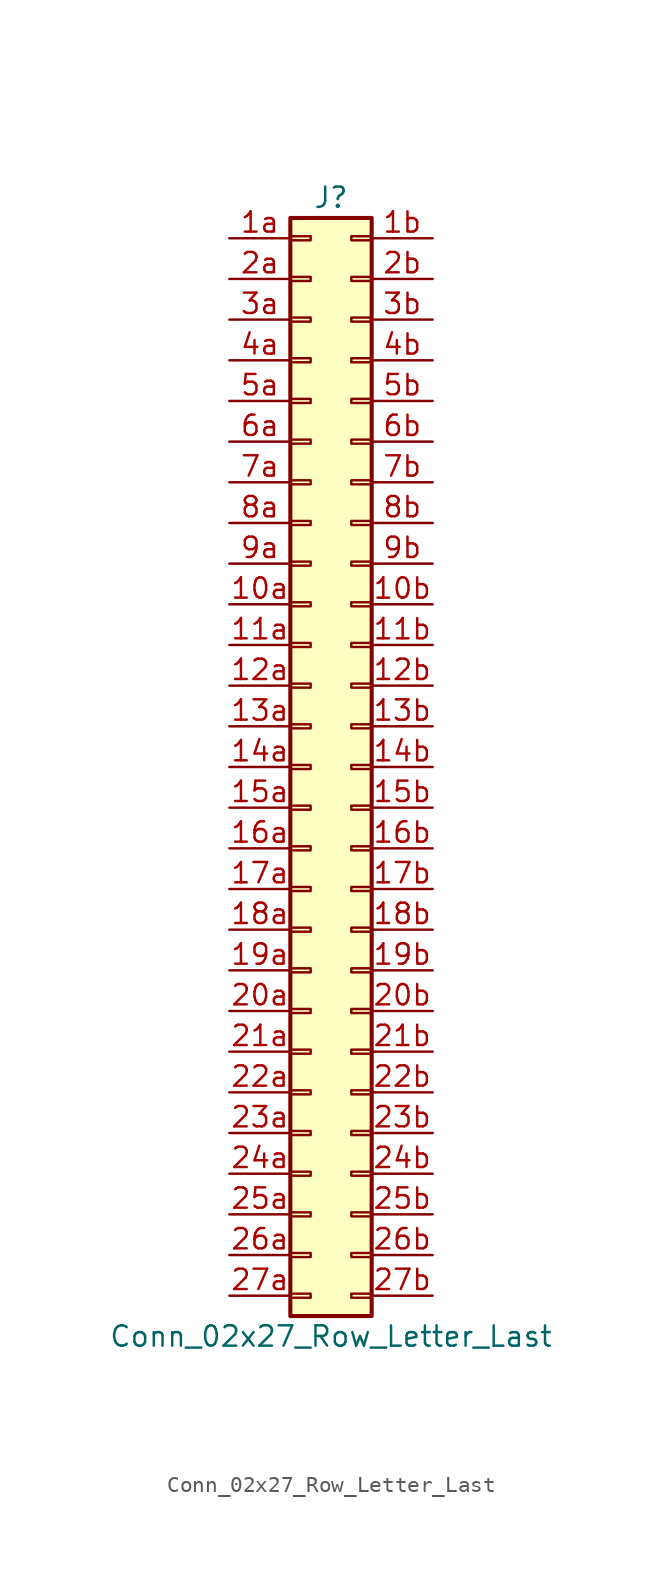
<source format=kicad_sym>
(kicad_symbol_lib
  (version 20201005)
  (generator kicad_symbol_editor)
  (symbol "Conn_02x27_Row_Letter_Last"
    (pin_names
      (offset 1.016) hide)
    (property "Reference" "J"
      (at 1.27 35.56 0)
      (effects (font (size 1.27 1.27))))
    (property "Value" "Conn_02x27_Row_Letter_Last"
      (at 1.27 -35.56 0)
      (effects (font (size 1.27 1.27))))
    (symbol "Conn_02x27_Row_Letter_Last_1_1"
      (rectangle (start -1.27 -32.893) (end 0 -33.147) (stroke (width 0.152)) (fill (type none)))
      (rectangle (start -1.27 -30.353) (end 0 -30.607) (stroke (width 0.152)) (fill (type none)))
      (rectangle (start -1.27 -27.813) (end 0 -28.067) (stroke (width 0.152)) (fill (type none)))
      (rectangle (start -1.27 -25.273) (end 0 -25.527) (stroke (width 0.152)) (fill (type none)))
      (rectangle (start -1.27 -22.733) (end 0 -22.987) (stroke (width 0.152)) (fill (type none)))
      (rectangle (start -1.27 -20.193) (end 0 -20.447) (stroke (width 0.152)) (fill (type none)))
      (rectangle (start -1.27 -17.653) (end 0 -17.907) (stroke (width 0.152)) (fill (type none)))
      (rectangle (start -1.27 -15.113) (end 0 -15.367) (stroke (width 0.152)) (fill (type none)))
      (rectangle (start -1.27 -12.573) (end 0 -12.827) (stroke (width 0.152)) (fill (type none)))
      (rectangle (start -1.27 -10.033) (end 0 -10.287) (stroke (width 0.152)) (fill (type none)))
      (rectangle (start -1.27 -7.493) (end 0 -7.747) (stroke (width 0.152)) (fill (type none)))
      (rectangle (start -1.27 -4.953) (end 0 -5.207) (stroke (width 0.152)) (fill (type none)))
      (rectangle (start -1.27 -2.413) (end 0 -2.667) (stroke (width 0.152)) (fill (type none)))
      (rectangle (start -1.27 0.127) (end 0 -0.127) (stroke (width 0.152)) (fill (type none)))
      (rectangle (start -1.27 2.667) (end 0 2.413) (stroke (width 0.152)) (fill (type none)))
      (rectangle (start -1.27 5.207) (end 0 4.953) (stroke (width 0.152)) (fill (type none)))
      (rectangle (start -1.27 7.747) (end 0 7.493) (stroke (width 0.152)) (fill (type none)))
      (rectangle (start -1.27 10.287) (end 0 10.033) (stroke (width 0.152)) (fill (type none)))
      (rectangle (start -1.27 12.827) (end 0 12.573) (stroke (width 0.152)) (fill (type none)))
      (rectangle (start -1.27 15.367) (end 0 15.113) (stroke (width 0.152)) (fill (type none)))
      (rectangle (start -1.27 17.907) (end 0 17.653) (stroke (width 0.152)) (fill (type none)))
      (rectangle (start -1.27 20.447) (end 0 20.193) (stroke (width 0.152)) (fill (type none)))
      (rectangle (start -1.27 22.987) (end 0 22.733) (stroke (width 0.152)) (fill (type none)))
      (rectangle (start -1.27 25.527) (end 0 25.273) (stroke (width 0.152)) (fill (type none)))
      (rectangle (start -1.27 28.067) (end 0 27.813) (stroke (width 0.152)) (fill (type none)))
      (rectangle (start -1.27 30.607) (end 0 30.353) (stroke (width 0.152)) (fill (type none)))
      (rectangle (start -1.27 33.147) (end 0 32.893) (stroke (width 0.152)) (fill (type none)))
      (rectangle (start 3.81 -32.893) (end 2.54 -33.147) (stroke (width 0.152)) (fill (type none)))
      (rectangle (start 3.81 -30.353) (end 2.54 -30.607) (stroke (width 0.152)) (fill (type none)))
      (rectangle (start 3.81 -27.813) (end 2.54 -28.067) (stroke (width 0.152)) (fill (type none)))
      (rectangle (start 3.81 -25.273) (end 2.54 -25.527) (stroke (width 0.152)) (fill (type none)))
      (rectangle (start 3.81 -22.733) (end 2.54 -22.987) (stroke (width 0.152)) (fill (type none)))
      (rectangle (start 3.81 -20.193) (end 2.54 -20.447) (stroke (width 0.152)) (fill (type none)))
      (rectangle (start 3.81 -17.653) (end 2.54 -17.907) (stroke (width 0.152)) (fill (type none)))
      (rectangle (start 3.81 -15.113) (end 2.54 -15.367) (stroke (width 0.152)) (fill (type none)))
      (rectangle (start 3.81 -12.573) (end 2.54 -12.827) (stroke (width 0.152)) (fill (type none)))
      (rectangle (start 3.81 -10.033) (end 2.54 -10.287) (stroke (width 0.152)) (fill (type none)))
      (rectangle (start 3.81 -7.493) (end 2.54 -7.747) (stroke (width 0.152)) (fill (type none)))
      (rectangle (start 3.81 -4.953) (end 2.54 -5.207) (stroke (width 0.152)) (fill (type none)))
      (rectangle (start 3.81 -2.413) (end 2.54 -2.667) (stroke (width 0.152)) (fill (type none)))
      (rectangle (start 3.81 0.127) (end 2.54 -0.127) (stroke (width 0.152)) (fill (type none)))
      (rectangle (start 3.81 2.667) (end 2.54 2.413) (stroke (width 0.152)) (fill (type none)))
      (rectangle (start 3.81 5.207) (end 2.54 4.953) (stroke (width 0.152)) (fill (type none)))
      (rectangle (start 3.81 7.747) (end 2.54 7.493) (stroke (width 0.152)) (fill (type none)))
      (rectangle (start 3.81 10.287) (end 2.54 10.033) (stroke (width 0.152)) (fill (type none)))
      (rectangle (start 3.81 12.827) (end 2.54 12.573) (stroke (width 0.152)) (fill (type none)))
      (rectangle (start 3.81 15.367) (end 2.54 15.113) (stroke (width 0.152)) (fill (type none)))
      (rectangle (start 3.81 17.907) (end 2.54 17.653) (stroke (width 0.152)) (fill (type none)))
      (rectangle (start 3.81 20.447) (end 2.54 20.193) (stroke (width 0.152)) (fill (type none)))
      (rectangle (start 3.81 22.987) (end 2.54 22.733) (stroke (width 0.152)) (fill (type none)))
      (rectangle (start 3.81 25.527) (end 2.54 25.273) (stroke (width 0.152)) (fill (type none)))
      (rectangle (start 3.81 28.067) (end 2.54 27.813) (stroke (width 0.152)) (fill (type none)))
      (rectangle (start 3.81 30.607) (end 2.54 30.353) (stroke (width 0.152)) (fill (type none)))
      (rectangle (start 3.81 33.147) (end 2.54 32.893) (stroke (width 0.152)) (fill (type none)))
      (rectangle (start -1.27 34.29) (end 3.81 -34.29) (stroke (width 0.254)) (fill (type background)))
      (pin passive line (at -5.08 10.16 0) (length 3.81) (name "Pin_10a" (effects (font (size 1.27 1.27)))) (number "10a" (effects (font (size 1.27 1.27)))))
      (pin passive line (at 7.62 10.16 180) (length 3.81) (name "Pin_10b" (effects (font (size 1.27 1.27)))) (number "10b" (effects (font (size 1.27 1.27)))))
      (pin passive line (at -5.08 7.62 0) (length 3.81) (name "Pin_11a" (effects (font (size 1.27 1.27)))) (number "11a" (effects (font (size 1.27 1.27)))))
      (pin passive line (at 7.62 7.62 180) (length 3.81) (name "Pin_11b" (effects (font (size 1.27 1.27)))) (number "11b" (effects (font (size 1.27 1.27)))))
      (pin passive line (at -5.08 5.08 0) (length 3.81) (name "Pin_12a" (effects (font (size 1.27 1.27)))) (number "12a" (effects (font (size 1.27 1.27)))))
      (pin passive line (at 7.62 5.08 180) (length 3.81) (name "Pin_12b" (effects (font (size 1.27 1.27)))) (number "12b" (effects (font (size 1.27 1.27)))))
      (pin passive line (at -5.08 2.54 0) (length 3.81) (name "Pin_13a" (effects (font (size 1.27 1.27)))) (number "13a" (effects (font (size 1.27 1.27)))))
      (pin passive line (at 7.62 2.54 180) (length 3.81) (name "Pin_13b" (effects (font (size 1.27 1.27)))) (number "13b" (effects (font (size 1.27 1.27)))))
      (pin passive line (at -5.08 0 0) (length 3.81) (name "Pin_14a" (effects (font (size 1.27 1.27)))) (number "14a" (effects (font (size 1.27 1.27)))))
      (pin passive line (at 7.62 0 180) (length 3.81) (name "Pin_14b" (effects (font (size 1.27 1.27)))) (number "14b" (effects (font (size 1.27 1.27)))))
      (pin passive line (at -5.08 -2.54 0) (length 3.81) (name "Pin_15a" (effects (font (size 1.27 1.27)))) (number "15a" (effects (font (size 1.27 1.27)))))
      (pin passive line (at 7.62 -2.54 180) (length 3.81) (name "Pin_15b" (effects (font (size 1.27 1.27)))) (number "15b" (effects (font (size 1.27 1.27)))))
      (pin passive line (at -5.08 -5.08 0) (length 3.81) (name "Pin_16a" (effects (font (size 1.27 1.27)))) (number "16a" (effects (font (size 1.27 1.27)))))
      (pin passive line (at 7.62 -5.08 180) (length 3.81) (name "Pin_16b" (effects (font (size 1.27 1.27)))) (number "16b" (effects (font (size 1.27 1.27)))))
      (pin passive line (at -5.08 -7.62 0) (length 3.81) (name "Pin_17a" (effects (font (size 1.27 1.27)))) (number "17a" (effects (font (size 1.27 1.27)))))
      (pin passive line (at 7.62 -7.62 180) (length 3.81) (name "Pin_17b" (effects (font (size 1.27 1.27)))) (number "17b" (effects (font (size 1.27 1.27)))))
      (pin passive line (at -5.08 -10.16 0) (length 3.81) (name "Pin_18a" (effects (font (size 1.27 1.27)))) (number "18a" (effects (font (size 1.27 1.27)))))
      (pin passive line (at 7.62 -10.16 180) (length 3.81) (name "Pin_18b" (effects (font (size 1.27 1.27)))) (number "18b" (effects (font (size 1.27 1.27)))))
      (pin passive line (at -5.08 -12.7 0) (length 3.81) (name "Pin_19a" (effects (font (size 1.27 1.27)))) (number "19a" (effects (font (size 1.27 1.27)))))
      (pin passive line (at 7.62 -12.7 180) (length 3.81) (name "Pin_19b" (effects (font (size 1.27 1.27)))) (number "19b" (effects (font (size 1.27 1.27)))))
      (pin passive line (at -5.08 33.02 0) (length 3.81) (name "Pin_1a" (effects (font (size 1.27 1.27)))) (number "1a" (effects (font (size 1.27 1.27)))))
      (pin passive line (at 7.62 33.02 180) (length 3.81) (name "Pin_1b" (effects (font (size 1.27 1.27)))) (number "1b" (effects (font (size 1.27 1.27)))))
      (pin passive line (at -5.08 -15.24 0) (length 3.81) (name "Pin_20a" (effects (font (size 1.27 1.27)))) (number "20a" (effects (font (size 1.27 1.27)))))
      (pin passive line (at 7.62 -15.24 180) (length 3.81) (name "Pin_20b" (effects (font (size 1.27 1.27)))) (number "20b" (effects (font (size 1.27 1.27)))))
      (pin passive line (at -5.08 -17.78 0) (length 3.81) (name "Pin_21a" (effects (font (size 1.27 1.27)))) (number "21a" (effects (font (size 1.27 1.27)))))
      (pin passive line (at 7.62 -17.78 180) (length 3.81) (name "Pin_21b" (effects (font (size 1.27 1.27)))) (number "21b" (effects (font (size 1.27 1.27)))))
      (pin passive line (at -5.08 -20.32 0) (length 3.81) (name "Pin_22a" (effects (font (size 1.27 1.27)))) (number "22a" (effects (font (size 1.27 1.27)))))
      (pin passive line (at 7.62 -20.32 180) (length 3.81) (name "Pin_22b" (effects (font (size 1.27 1.27)))) (number "22b" (effects (font (size 1.27 1.27)))))
      (pin passive line (at -5.08 -22.86 0) (length 3.81) (name "Pin_23a" (effects (font (size 1.27 1.27)))) (number "23a" (effects (font (size 1.27 1.27)))))
      (pin passive line (at 7.62 -22.86 180) (length 3.81) (name "Pin_23b" (effects (font (size 1.27 1.27)))) (number "23b" (effects (font (size 1.27 1.27)))))
      (pin passive line (at -5.08 -25.4 0) (length 3.81) (name "Pin_24a" (effects (font (size 1.27 1.27)))) (number "24a" (effects (font (size 1.27 1.27)))))
      (pin passive line (at 7.62 -25.4 180) (length 3.81) (name "Pin_24b" (effects (font (size 1.27 1.27)))) (number "24b" (effects (font (size 1.27 1.27)))))
      (pin passive line (at -5.08 -27.94 0) (length 3.81) (name "Pin_25a" (effects (font (size 1.27 1.27)))) (number "25a" (effects (font (size 1.27 1.27)))))
      (pin passive line (at 7.62 -27.94 180) (length 3.81) (name "Pin_25b" (effects (font (size 1.27 1.27)))) (number "25b" (effects (font (size 1.27 1.27)))))
      (pin passive line (at -5.08 -30.48 0) (length 3.81) (name "Pin_26a" (effects (font (size 1.27 1.27)))) (number "26a" (effects (font (size 1.27 1.27)))))
      (pin passive line (at 7.62 -30.48 180) (length 3.81) (name "Pin_26b" (effects (font (size 1.27 1.27)))) (number "26b" (effects (font (size 1.27 1.27)))))
      (pin passive line (at -5.08 -33.02 0) (length 3.81) (name "Pin_27a" (effects (font (size 1.27 1.27)))) (number "27a" (effects (font (size 1.27 1.27)))))
      (pin passive line (at 7.62 -33.02 180) (length 3.81) (name "Pin_27b" (effects (font (size 1.27 1.27)))) (number "27b" (effects (font (size 1.27 1.27)))))
      (pin passive line (at -5.08 30.48 0) (length 3.81) (name "Pin_2a" (effects (font (size 1.27 1.27)))) (number "2a" (effects (font (size 1.27 1.27)))))
      (pin passive line (at 7.62 30.48 180) (length 3.81) (name "Pin_2b" (effects (font (size 1.27 1.27)))) (number "2b" (effects (font (size 1.27 1.27)))))
      (pin passive line (at -5.08 27.94 0) (length 3.81) (name "Pin_3a" (effects (font (size 1.27 1.27)))) (number "3a" (effects (font (size 1.27 1.27)))))
      (pin passive line (at 7.62 27.94 180) (length 3.81) (name "Pin_3b" (effects (font (size 1.27 1.27)))) (number "3b" (effects (font (size 1.27 1.27)))))
      (pin passive line (at -5.08 25.4 0) (length 3.81) (name "Pin_4a" (effects (font (size 1.27 1.27)))) (number "4a" (effects (font (size 1.27 1.27)))))
      (pin passive line (at 7.62 25.4 180) (length 3.81) (name "Pin_4b" (effects (font (size 1.27 1.27)))) (number "4b" (effects (font (size 1.27 1.27)))))
      (pin passive line (at -5.08 22.86 0) (length 3.81) (name "Pin_5a" (effects (font (size 1.27 1.27)))) (number "5a" (effects (font (size 1.27 1.27)))))
      (pin passive line (at 7.62 22.86 180) (length 3.81) (name "Pin_5b" (effects (font (size 1.27 1.27)))) (number "5b" (effects (font (size 1.27 1.27)))))
      (pin passive line (at -5.08 20.32 0) (length 3.81) (name "Pin_6a" (effects (font (size 1.27 1.27)))) (number "6a" (effects (font (size 1.27 1.27)))))
      (pin passive line (at 7.62 20.32 180) (length 3.81) (name "Pin_6b" (effects (font (size 1.27 1.27)))) (number "6b" (effects (font (size 1.27 1.27)))))
      (pin passive line (at -5.08 17.78 0) (length 3.81) (name "Pin_7a" (effects (font (size 1.27 1.27)))) (number "7a" (effects (font (size 1.27 1.27)))))
      (pin passive line (at 7.62 17.78 180) (length 3.81) (name "Pin_7b" (effects (font (size 1.27 1.27)))) (number "7b" (effects (font (size 1.27 1.27)))))
      (pin passive line (at -5.08 15.24 0) (length 3.81) (name "Pin_8a" (effects (font (size 1.27 1.27)))) (number "8a" (effects (font (size 1.27 1.27)))))
      (pin passive line (at 7.62 15.24 180) (length 3.81) (name "Pin_8b" (effects (font (size 1.27 1.27)))) (number "8b" (effects (font (size 1.27 1.27)))))
      (pin passive line (at -5.08 12.7 0) (length 3.81) (name "Pin_9a" (effects (font (size 1.27 1.27)))) (number "9a" (effects (font (size 1.27 1.27)))))
      (pin passive line (at 7.62 12.7 180) (length 3.81) (name "Pin_9b" (effects (font (size 1.27 1.27)))) (number "9b" (effects (font (size 1.27 1.27))))))))
</source>
